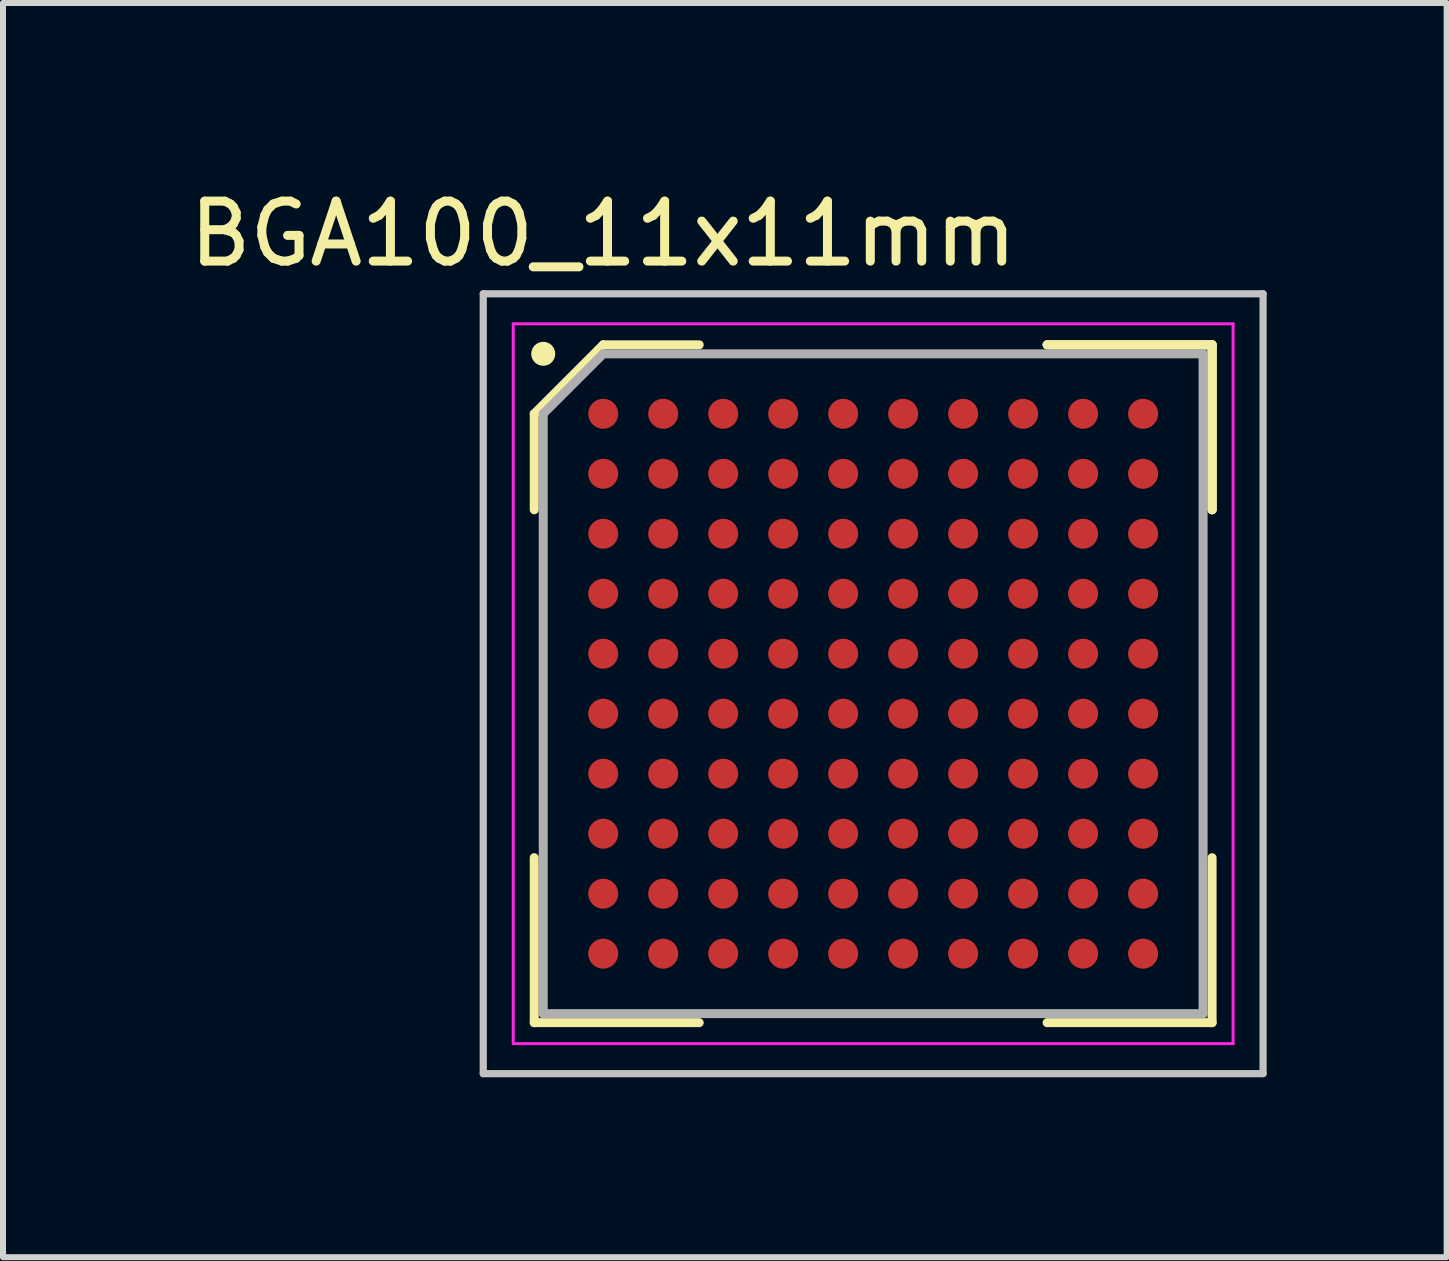
<source format=kicad_pcb>
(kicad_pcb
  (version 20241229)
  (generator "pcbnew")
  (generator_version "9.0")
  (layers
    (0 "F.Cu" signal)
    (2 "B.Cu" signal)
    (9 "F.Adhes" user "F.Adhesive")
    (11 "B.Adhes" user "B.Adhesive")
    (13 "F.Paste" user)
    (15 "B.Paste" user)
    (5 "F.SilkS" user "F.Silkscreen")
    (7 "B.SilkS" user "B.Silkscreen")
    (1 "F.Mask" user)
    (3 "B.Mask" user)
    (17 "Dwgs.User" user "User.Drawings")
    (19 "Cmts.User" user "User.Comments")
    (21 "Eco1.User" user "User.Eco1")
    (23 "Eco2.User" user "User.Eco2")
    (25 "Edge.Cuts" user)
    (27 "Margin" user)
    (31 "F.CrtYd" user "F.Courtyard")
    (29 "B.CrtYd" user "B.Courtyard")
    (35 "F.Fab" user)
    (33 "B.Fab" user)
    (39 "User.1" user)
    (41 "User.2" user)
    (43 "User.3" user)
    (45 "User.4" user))
  (footprint "BGA100_11x11mm"
    (layer "F.Cu")
    (at 11.506 8.348)
    (property "Reference" "BGA100_11x11mm" (at -4.5 -7.5 0) (layer "F.SilkS") (effects (font (size 1 1) (thickness 0.15))))
    (attr smd)
    (fp_line (start -5.65 -4.5) (end -5.65 -2.9) (stroke (width 0.15) (type solid)) (layer "F.SilkS"))
    (fp_line (start -5.65 5.65) (end -5.65 2.9) (stroke (width 0.15) (type solid)) (layer "F.SilkS"))
    (fp_line (start -4.5 -5.65) (end -5.65 -4.5) (stroke (width 0.15) (type solid)) (layer "F.SilkS"))
    (fp_line (start -2.9 -5.65) (end -4.5 -5.65) (stroke (width 0.15) (type solid)) (layer "F.SilkS"))
    (fp_line (start -2.9 5.65) (end -5.65 5.65) (stroke (width 0.15) (type solid)) (layer "F.SilkS"))
    (fp_line (start 2.9 -5.65) (end 5.65 -5.65) (stroke (width 0.15) (type solid)) (layer "F.SilkS"))
    (fp_line (start 2.9 -5.65) (end 5.65 -5.65) (stroke (width 0.15) (type solid)) (layer "F.SilkS"))
    (fp_line (start 2.9 -5.65) (end 5.65 -5.65) (stroke (width 0.15) (type solid)) (layer "F.SilkS"))
    (fp_line (start 2.9 5.65) (end 5.65 5.65) (stroke (width 0.15) (type solid)) (layer "F.SilkS"))
    (fp_line (start 5.65 -5.65) (end 5.65 -2.9) (stroke (width 0.15) (type solid)) (layer "F.SilkS"))
    (fp_line (start 5.65 -5.65) (end 5.65 -2.9) (stroke (width 0.15) (type solid)) (layer "F.SilkS"))
    (fp_line (start 5.65 -5.65) (end 5.65 -2.9) (stroke (width 0.15) (type solid)) (layer "F.SilkS"))
    (fp_line (start 5.65 5.65) (end 5.65 2.9) (stroke (width 0.15) (type solid)) (layer "F.SilkS"))
    (fp_circle (center -5.5 -5.5) (end -5.5 -5.4) (stroke (width 0.2) (type solid)) (fill no) (layer "F.SilkS"))
    (fp_line (start -6.5 -6.5) (end 6.5 -6.5) (stroke (width 0.12) (type solid)) (layer "Dwgs.User"))
    (fp_line (start -6.5 6.5) (end -6.5 -6.5) (stroke (width 0.12) (type solid)) (layer "Dwgs.User"))
    (fp_line (start 6.5 -6.5) (end 6.5 6.5) (stroke (width 0.12) (type solid)) (layer "Dwgs.User"))
    (fp_line (start 6.5 6.5) (end -6.5 6.5) (stroke (width 0.12) (type solid)) (layer "Dwgs.User"))
    (fp_line (start -6 -6) (end 6 -6) (stroke (width 0.05) (type solid)) (layer "F.CrtYd"))
    (fp_line (start -6 6) (end -6 -6) (stroke (width 0.05) (type solid)) (layer "F.CrtYd"))
    (fp_line (start 6 -6) (end 6 6) (stroke (width 0.05) (type solid)) (layer "F.CrtYd"))
    (fp_line (start 6 6) (end -6 6) (stroke (width 0.05) (type solid)) (layer "F.CrtYd"))
    (fp_line (start -5.5 -4.5) (end -5.5 5.5) (stroke (width 0.15) (type solid)) (layer "F.Fab"))
    (fp_line (start -5.5 5.5) (end 5.5 5.5) (stroke (width 0.15) (type solid)) (layer "F.Fab"))
    (fp_line (start -4.5 -5.5) (end -5.5 -4.5) (stroke (width 0.15) (type solid)) (layer "F.Fab"))
    (fp_line (start 5.5 -5.5) (end -4.5 -5.5) (stroke (width 0.15) (type solid)) (layer "F.Fab"))
    (fp_line (start 5.5 5.5) (end 5.5 -5.5) (stroke (width 0.15) (type solid)) (layer "F.Fab"))
    (pad "A1" smd circle (at -4.5 -4.5) (size 0.5 0.5) (layers "F.Cu" "F.Mask" "F.Paste"))
    (pad "A2" smd circle (at -3.5 -4.5) (size 0.5 0.5) (layers "F.Cu" "F.Mask" "F.Paste"))
    (pad "A3" smd circle (at -2.5 -4.5) (size 0.5 0.5) (layers "F.Cu" "F.Mask" "F.Paste"))
    (pad "A4" smd circle (at -1.5 -4.5) (size 0.5 0.5) (layers "F.Cu" "F.Mask" "F.Paste"))
    (pad "A5" smd circle (at -0.5 -4.5) (size 0.5 0.5) (layers "F.Cu" "F.Mask" "F.Paste"))
    (pad "A6" smd circle (at 0.5 -4.5) (size 0.5 0.5) (layers "F.Cu" "F.Mask" "F.Paste"))
    (pad "A7" smd circle (at 1.5 -4.5) (size 0.5 0.5) (layers "F.Cu" "F.Mask" "F.Paste"))
    (pad "A8" smd circle (at 2.5 -4.5) (size 0.5 0.5) (layers "F.Cu" "F.Mask" "F.Paste"))
    (pad "A9" smd circle (at 3.5 -4.5) (size 0.5 0.5) (layers "F.Cu" "F.Mask" "F.Paste"))
    (pad "A10" smd circle (at 4.5 -4.5) (size 0.5 0.5) (layers "F.Cu" "F.Mask" "F.Paste"))
    (pad "B1" smd circle (at -4.5 -3.5) (size 0.5 0.5) (layers "F.Cu" "F.Mask" "F.Paste"))
    (pad "B2" smd circle (at -3.5 -3.5) (size 0.5 0.5) (layers "F.Cu" "F.Mask" "F.Paste"))
    (pad "B3" smd circle (at -2.5 -3.5) (size 0.5 0.5) (layers "F.Cu" "F.Mask" "F.Paste"))
    (pad "B4" smd circle (at -1.5 -3.5) (size 0.5 0.5) (layers "F.Cu" "F.Mask" "F.Paste"))
    (pad "B5" smd circle (at -0.5 -3.5) (size 0.5 0.5) (layers "F.Cu" "F.Mask" "F.Paste"))
    (pad "B6" smd circle (at 0.5 -3.5) (size 0.5 0.5) (layers "F.Cu" "F.Mask" "F.Paste"))
    (pad "B7" smd circle (at 1.5 -3.5) (size 0.5 0.5) (layers "F.Cu" "F.Mask" "F.Paste"))
    (pad "B8" smd circle (at 2.5 -3.5) (size 0.5 0.5) (layers "F.Cu" "F.Mask" "F.Paste"))
    (pad "B9" smd circle (at 3.5 -3.5) (size 0.5 0.5) (layers "F.Cu" "F.Mask" "F.Paste"))
    (pad "B10" smd circle (at 4.5 -3.5) (size 0.5 0.5) (layers "F.Cu" "F.Mask" "F.Paste"))
    (pad "C1" smd circle (at -4.5 -2.5) (size 0.5 0.5) (layers "F.Cu" "F.Mask" "F.Paste"))
    (pad "C2" smd circle (at -3.5 -2.5) (size 0.5 0.5) (layers "F.Cu" "F.Mask" "F.Paste"))
    (pad "C3" smd circle (at -2.5 -2.5) (size 0.5 0.5) (layers "F.Cu" "F.Mask" "F.Paste"))
    (pad "C4" smd circle (at -1.5 -2.5) (size 0.5 0.5) (layers "F.Cu" "F.Mask" "F.Paste"))
    (pad "C5" smd circle (at -0.5 -2.5) (size 0.5 0.5) (layers "F.Cu" "F.Mask" "F.Paste"))
    (pad "C6" smd circle (at 0.5 -2.5) (size 0.5 0.5) (layers "F.Cu" "F.Mask" "F.Paste"))
    (pad "C7" smd circle (at 1.5 -2.5) (size 0.5 0.5) (layers "F.Cu" "F.Mask" "F.Paste"))
    (pad "C8" smd circle (at 2.5 -2.5) (size 0.5 0.5) (layers "F.Cu" "F.Mask" "F.Paste"))
    (pad "C9" smd circle (at 3.5 -2.5) (size 0.5 0.5) (layers "F.Cu" "F.Mask" "F.Paste"))
    (pad "C10" smd circle (at 4.5 -2.5) (size 0.5 0.5) (layers "F.Cu" "F.Mask" "F.Paste"))
    (pad "D1" smd circle (at -4.5 -1.5) (size 0.5 0.5) (layers "F.Cu" "F.Mask" "F.Paste"))
    (pad "D2" smd circle (at -3.5 -1.5) (size 0.5 0.5) (layers "F.Cu" "F.Mask" "F.Paste"))
    (pad "D3" smd circle (at -2.5 -1.5) (size 0.5 0.5) (layers "F.Cu" "F.Mask" "F.Paste"))
    (pad "D4" smd circle (at -1.5 -1.5) (size 0.5 0.5) (layers "F.Cu" "F.Mask" "F.Paste"))
    (pad "D5" smd circle (at -0.5 -1.5) (size 0.5 0.5) (layers "F.Cu" "F.Mask" "F.Paste"))
    (pad "D6" smd circle (at 0.5 -1.5) (size 0.5 0.5) (layers "F.Cu" "F.Mask" "F.Paste"))
    (pad "D7" smd circle (at 1.5 -1.5) (size 0.5 0.5) (layers "F.Cu" "F.Mask" "F.Paste"))
    (pad "D8" smd circle (at 2.5 -1.5) (size 0.5 0.5) (layers "F.Cu" "F.Mask" "F.Paste"))
    (pad "D9" smd circle (at 3.5 -1.5) (size 0.5 0.5) (layers "F.Cu" "F.Mask" "F.Paste"))
    (pad "D10" smd circle (at 4.5 -1.5) (size 0.5 0.5) (layers "F.Cu" "F.Mask" "F.Paste"))
    (pad "E1" smd circle (at -4.5 -0.5) (size 0.5 0.5) (layers "F.Cu" "F.Mask" "F.Paste"))
    (pad "E2" smd circle (at -3.5 -0.5) (size 0.5 0.5) (layers "F.Cu" "F.Mask" "F.Paste"))
    (pad "E3" smd circle (at -2.5 -0.5) (size 0.5 0.5) (layers "F.Cu" "F.Mask" "F.Paste"))
    (pad "E4" smd circle (at -1.5 -0.5) (size 0.5 0.5) (layers "F.Cu" "F.Mask" "F.Paste"))
    (pad "E5" smd circle (at -0.5 -0.5) (size 0.5 0.5) (layers "F.Cu" "F.Mask" "F.Paste"))
    (pad "E6" smd circle (at 0.5 -0.5) (size 0.5 0.5) (layers "F.Cu" "F.Mask" "F.Paste"))
    (pad "E7" smd circle (at 1.5 -0.5) (size 0.5 0.5) (layers "F.Cu" "F.Mask" "F.Paste"))
    (pad "E8" smd circle (at 2.5 -0.5) (size 0.5 0.5) (layers "F.Cu" "F.Mask" "F.Paste"))
    (pad "E9" smd circle (at 3.5 -0.5) (size 0.5 0.5) (layers "F.Cu" "F.Mask" "F.Paste"))
    (pad "E10" smd circle (at 4.5 -0.5) (size 0.5 0.5) (layers "F.Cu" "F.Mask" "F.Paste"))
    (pad "F1" smd circle (at -4.5 0.5) (size 0.5 0.5) (layers "F.Cu" "F.Mask" "F.Paste"))
    (pad "F2" smd circle (at -3.5 0.5) (size 0.5 0.5) (layers "F.Cu" "F.Mask" "F.Paste"))
    (pad "F3" smd circle (at -2.5 0.5) (size 0.5 0.5) (layers "F.Cu" "F.Mask" "F.Paste"))
    (pad "F4" smd circle (at -1.5 0.5) (size 0.5 0.5) (layers "F.Cu" "F.Mask" "F.Paste"))
    (pad "F5" smd circle (at -0.5 0.5) (size 0.5 0.5) (layers "F.Cu" "F.Mask" "F.Paste"))
    (pad "F6" smd circle (at 0.5 0.5) (size 0.5 0.5) (layers "F.Cu" "F.Mask" "F.Paste"))
    (pad "F7" smd circle (at 1.5 0.5) (size 0.5 0.5) (layers "F.Cu" "F.Mask" "F.Paste"))
    (pad "F8" smd circle (at 2.5 0.5) (size 0.5 0.5) (layers "F.Cu" "F.Mask" "F.Paste"))
    (pad "F9" smd circle (at 3.5 0.5) (size 0.5 0.5) (layers "F.Cu" "F.Mask" "F.Paste"))
    (pad "F10" smd circle (at 4.5 0.5) (size 0.5 0.5) (layers "F.Cu" "F.Mask" "F.Paste"))
    (pad "G1" smd circle (at -4.5 1.5) (size 0.5 0.5) (layers "F.Cu" "F.Mask" "F.Paste"))
    (pad "G2" smd circle (at -3.5 1.5) (size 0.5 0.5) (layers "F.Cu" "F.Mask" "F.Paste"))
    (pad "G3" smd circle (at -2.5 1.5) (size 0.5 0.5) (layers "F.Cu" "F.Mask" "F.Paste"))
    (pad "G4" smd circle (at -1.5 1.5) (size 0.5 0.5) (layers "F.Cu" "F.Mask" "F.Paste"))
    (pad "G5" smd circle (at -0.5 1.5) (size 0.5 0.5) (layers "F.Cu" "F.Mask" "F.Paste"))
    (pad "G6" smd circle (at 0.5 1.5) (size 0.5 0.5) (layers "F.Cu" "F.Mask" "F.Paste"))
    (pad "G7" smd circle (at 1.5 1.5) (size 0.5 0.5) (layers "F.Cu" "F.Mask" "F.Paste"))
    (pad "G8" smd circle (at 2.5 1.5) (size 0.5 0.5) (layers "F.Cu" "F.Mask" "F.Paste"))
    (pad "G9" smd circle (at 3.5 1.5) (size 0.5 0.5) (layers "F.Cu" "F.Mask" "F.Paste"))
    (pad "G10" smd circle (at 4.5 1.5) (size 0.5 0.5) (layers "F.Cu" "F.Mask" "F.Paste"))
    (pad "H1" smd circle (at -4.5 2.5) (size 0.5 0.5) (layers "F.Cu" "F.Mask" "F.Paste"))
    (pad "H2" smd circle (at -3.5 2.5) (size 0.5 0.5) (layers "F.Cu" "F.Mask" "F.Paste"))
    (pad "H3" smd circle (at -2.5 2.5) (size 0.5 0.5) (layers "F.Cu" "F.Mask" "F.Paste"))
    (pad "H4" smd circle (at -1.5 2.5) (size 0.5 0.5) (layers "F.Cu" "F.Mask" "F.Paste"))
    (pad "H5" smd circle (at -0.5 2.5) (size 0.5 0.5) (layers "F.Cu" "F.Mask" "F.Paste"))
    (pad "H6" smd circle (at 0.5 2.5) (size 0.5 0.5) (layers "F.Cu" "F.Mask" "F.Paste"))
    (pad "H7" smd circle (at 1.5 2.5) (size 0.5 0.5) (layers "F.Cu" "F.Mask" "F.Paste"))
    (pad "H8" smd circle (at 2.5 2.5) (size 0.5 0.5) (layers "F.Cu" "F.Mask" "F.Paste"))
    (pad "H9" smd circle (at 3.5 2.5) (size 0.5 0.5) (layers "F.Cu" "F.Mask" "F.Paste"))
    (pad "H10" smd circle (at 4.5 2.5) (size 0.5 0.5) (layers "F.Cu" "F.Mask" "F.Paste"))
    (pad "J1" smd circle (at -4.5 3.5) (size 0.5 0.5) (layers "F.Cu" "F.Mask" "F.Paste"))
    (pad "J2" smd circle (at -3.5 3.5) (size 0.5 0.5) (layers "F.Cu" "F.Mask" "F.Paste"))
    (pad "J3" smd circle (at -2.5 3.5) (size 0.5 0.5) (layers "F.Cu" "F.Mask" "F.Paste"))
    (pad "J4" smd circle (at -1.5 3.5) (size 0.5 0.5) (layers "F.Cu" "F.Mask" "F.Paste"))
    (pad "J5" smd circle (at -0.5 3.5) (size 0.5 0.5) (layers "F.Cu" "F.Mask" "F.Paste"))
    (pad "J6" smd circle (at 0.5 3.5) (size 0.5 0.5) (layers "F.Cu" "F.Mask" "F.Paste"))
    (pad "J7" smd circle (at 1.5 3.5) (size 0.5 0.5) (layers "F.Cu" "F.Mask" "F.Paste"))
    (pad "J8" smd circle (at 2.5 3.5) (size 0.5 0.5) (layers "F.Cu" "F.Mask" "F.Paste"))
    (pad "J9" smd circle (at 3.5 3.5) (size 0.5 0.5) (layers "F.Cu" "F.Mask" "F.Paste"))
    (pad "J10" smd circle (at 4.5 3.5) (size 0.5 0.5) (layers "F.Cu" "F.Mask" "F.Paste"))
    (pad "K1" smd circle (at -4.5 4.5) (size 0.5 0.5) (layers "F.Cu" "F.Mask" "F.Paste"))
    (pad "K2" smd circle (at -3.5 4.5) (size 0.5 0.5) (layers "F.Cu" "F.Mask" "F.Paste"))
    (pad "K3" smd circle (at -2.5 4.5) (size 0.5 0.5) (layers "F.Cu" "F.Mask" "F.Paste"))
    (pad "K4" smd circle (at -1.5 4.5) (size 0.5 0.5) (layers "F.Cu" "F.Mask" "F.Paste"))
    (pad "K5" smd circle (at -0.5 4.5) (size 0.5 0.5) (layers "F.Cu" "F.Mask" "F.Paste"))
    (pad "K6" smd circle (at 0.5 4.5) (size 0.5 0.5) (layers "F.Cu" "F.Mask" "F.Paste"))
    (pad "K7" smd circle (at 1.5 4.5) (size 0.5 0.5) (layers "F.Cu" "F.Mask" "F.Paste"))
    (pad "K8" smd circle (at 2.5 4.5) (size 0.5 0.5) (layers "F.Cu" "F.Mask" "F.Paste"))
    (pad "K9" smd circle (at 3.5 4.5) (size 0.5 0.5) (layers "F.Cu" "F.Mask" "F.Paste"))
    (pad "K10" smd circle (at 4.5 4.5) (size 0.5 0.5) (layers "F.Cu" "F.Mask" "F.Paste")))
  (gr_rect
    (start -3 -3)
    (end 21.066 17.908)
    (stroke (width 0.1) (type default))
    (fill no)
    (layer "Edge.Cuts")))
</source>
